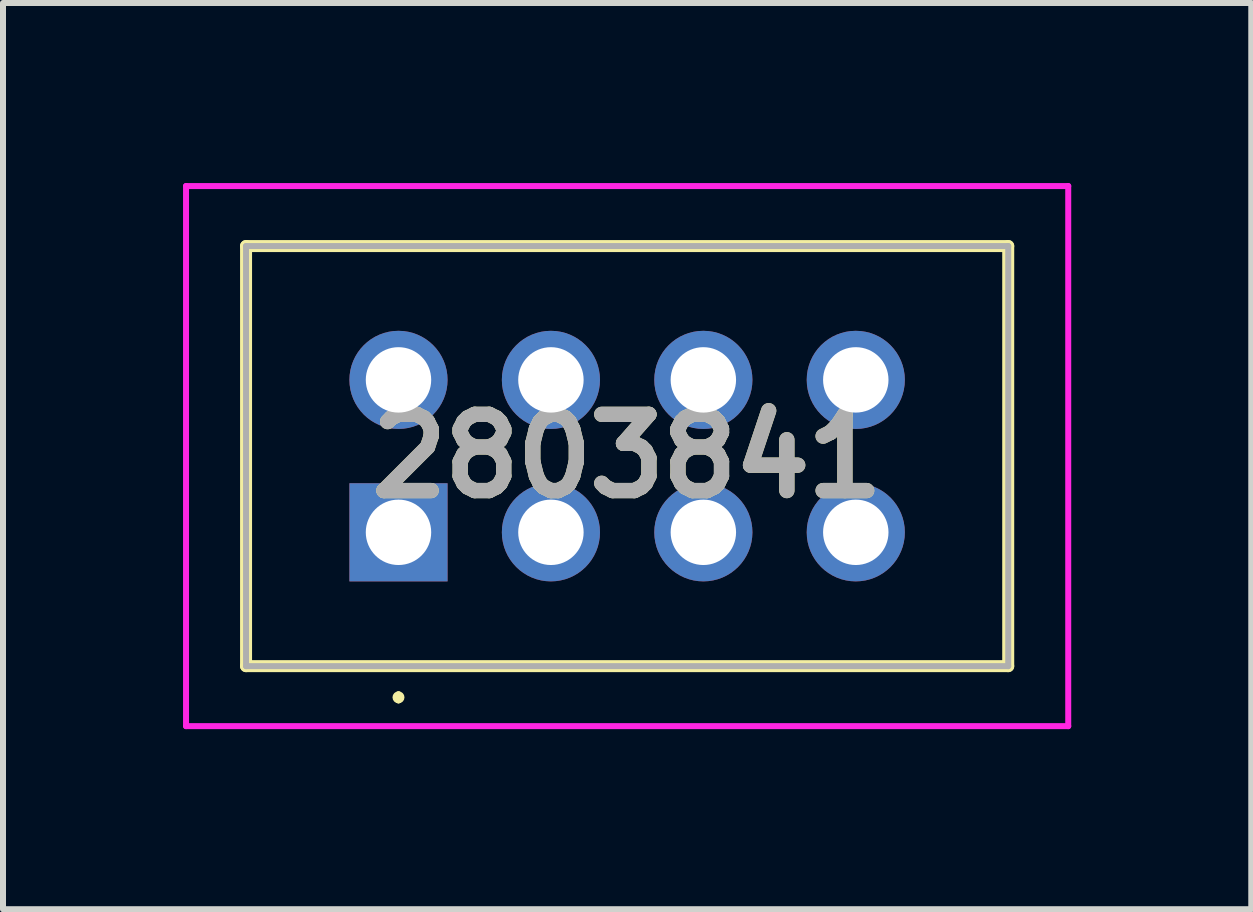
<source format=kicad_pcb>
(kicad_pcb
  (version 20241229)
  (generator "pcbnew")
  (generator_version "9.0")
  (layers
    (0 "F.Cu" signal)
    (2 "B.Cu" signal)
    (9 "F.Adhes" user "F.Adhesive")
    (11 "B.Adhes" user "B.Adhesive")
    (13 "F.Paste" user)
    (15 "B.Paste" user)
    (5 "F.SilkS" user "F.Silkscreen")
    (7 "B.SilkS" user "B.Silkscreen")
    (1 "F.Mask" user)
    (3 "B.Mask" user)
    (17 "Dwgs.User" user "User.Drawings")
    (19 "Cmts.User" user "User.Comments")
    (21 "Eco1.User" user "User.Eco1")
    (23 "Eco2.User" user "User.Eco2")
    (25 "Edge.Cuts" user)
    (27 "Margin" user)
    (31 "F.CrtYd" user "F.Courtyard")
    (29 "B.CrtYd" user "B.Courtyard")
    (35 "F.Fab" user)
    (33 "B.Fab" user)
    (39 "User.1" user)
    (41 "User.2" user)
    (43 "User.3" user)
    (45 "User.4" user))
  (footprint "2803841"
    (layer "F.Cu")
    (at 3.59 5.82)
    (property "Reference" "2803841" (at 3.81 -1.27 0) (layer "F.SilkS") (effects (font (size 1.27 1.27) (thickness 0.254))))
    (attr through_hole)
    (fp_line (start -2.54 -4.77) (end 10.16 -4.77) (stroke (width 0.2) (type solid)) (layer "F.SilkS"))
    (fp_line (start -2.54 2.23) (end -2.54 -4.77) (stroke (width 0.2) (type solid)) (layer "F.SilkS"))
    (fp_line (start 0 2.7) (end 0 2.7) (stroke (width 0.1) (type solid)) (layer "F.SilkS"))
    (fp_line (start 0 2.8) (end 0 2.8) (stroke (width 0.1) (type solid)) (layer "F.SilkS"))
    (fp_line (start 10.16 -4.77) (end 10.16 2.23) (stroke (width 0.2) (type solid)) (layer "F.SilkS"))
    (fp_line (start 10.16 2.23) (end -2.54 2.23) (stroke (width 0.2) (type solid)) (layer "F.SilkS"))
    (fp_arc (start 0 2.7) (mid 0.05 2.75) (end 0 2.8) (stroke (width 0.1) (type solid)) (layer "F.SilkS"))
    (fp_arc (start 0 2.8) (mid -0.05 2.75) (end 0 2.7) (stroke (width 0.1) (type solid)) (layer "F.SilkS"))
    (fp_line (start -3.54 -5.77) (end 11.16 -5.77) (stroke (width 0.1) (type solid)) (layer "F.CrtYd"))
    (fp_line (start -3.54 3.23) (end -3.54 -5.77) (stroke (width 0.1) (type solid)) (layer "F.CrtYd"))
    (fp_line (start 11.16 -5.77) (end 11.16 3.23) (stroke (width 0.1) (type solid)) (layer "F.CrtYd"))
    (fp_line (start 11.16 3.23) (end -3.54 3.23) (stroke (width 0.1) (type solid)) (layer "F.CrtYd"))
    (fp_line (start -2.54 -4.77) (end 10.16 -4.77) (stroke (width 0.1) (type solid)) (layer "F.Fab"))
    (fp_line (start -2.54 2.23) (end -2.54 -4.77) (stroke (width 0.1) (type solid)) (layer "F.Fab"))
    (fp_line (start 10.16 -4.77) (end 10.16 2.23) (stroke (width 0.1) (type solid)) (layer "F.Fab"))
    (fp_line (start 10.16 2.23) (end -2.54 2.23) (stroke (width 0.1) (type solid)) (layer "F.Fab"))
    (fp_text user "${REFERENCE}" (at 3.81 -1.27 0) (layer "F.Fab") (effects (font (size 1.27 1.27) (thickness 0.254))))
    (pad "1" thru_hole rect (at 0 0) (size 1.635 1.635) (drill 1.09) (layers "*.Cu" "*.Mask"))
    (pad "2" thru_hole circle (at 0 -2.54) (size 1.635 1.635) (drill 1.09) (layers "*.Cu" "*.Mask"))
    (pad "3" thru_hole circle (at 2.54 0) (size 1.635 1.635) (drill 1.09) (layers "*.Cu" "*.Mask"))
    (pad "4" thru_hole circle (at 2.54 -2.54) (size 1.635 1.635) (drill 1.09) (layers "*.Cu" "*.Mask"))
    (pad "5" thru_hole circle (at 5.08 0) (size 1.635 1.635) (drill 1.09) (layers "*.Cu" "*.Mask"))
    (pad "6" thru_hole circle (at 5.08 -2.54) (size 1.635 1.635) (drill 1.09) (layers "*.Cu" "*.Mask"))
    (pad "7" thru_hole circle (at 7.62 0) (size 1.635 1.635) (drill 1.09) (layers "*.Cu" "*.Mask"))
    (pad "8" thru_hole circle (at 7.62 -2.54) (size 1.635 1.635) (drill 1.09) (layers "*.Cu" "*.Mask")))
  (gr_rect
    (start -3 -3)
    (end 17.8 12.1)
    (stroke (width 0.1) (type default))
    (fill no)
    (layer "Edge.Cuts")))
</source>
